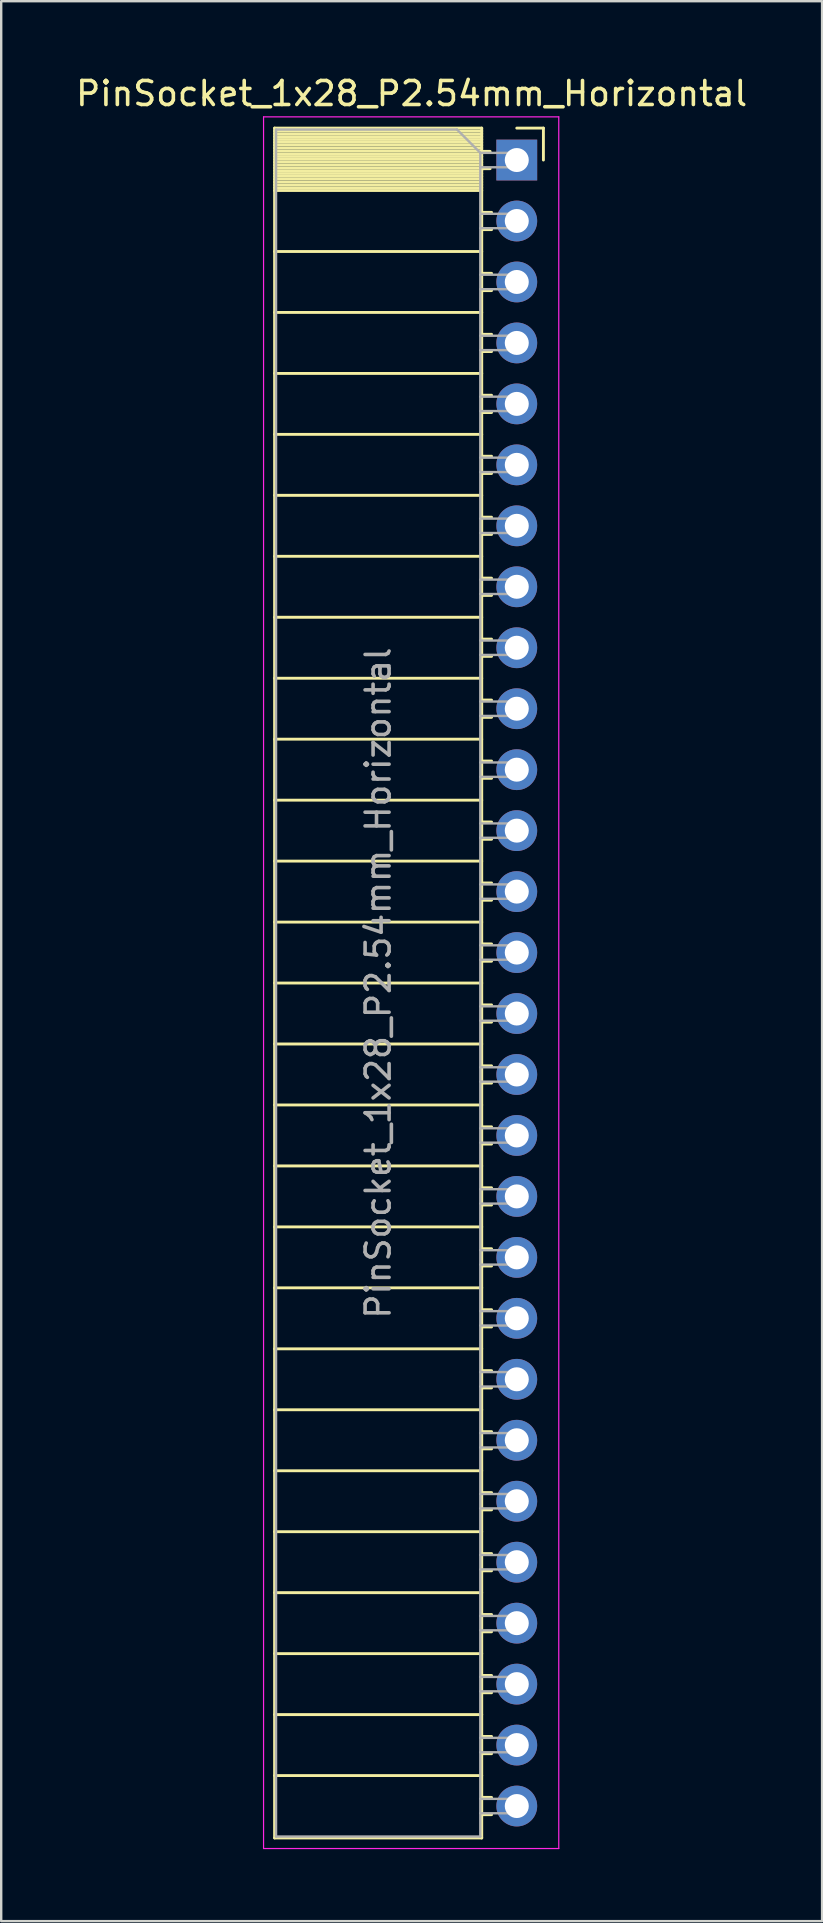
<source format=kicad_pcb>
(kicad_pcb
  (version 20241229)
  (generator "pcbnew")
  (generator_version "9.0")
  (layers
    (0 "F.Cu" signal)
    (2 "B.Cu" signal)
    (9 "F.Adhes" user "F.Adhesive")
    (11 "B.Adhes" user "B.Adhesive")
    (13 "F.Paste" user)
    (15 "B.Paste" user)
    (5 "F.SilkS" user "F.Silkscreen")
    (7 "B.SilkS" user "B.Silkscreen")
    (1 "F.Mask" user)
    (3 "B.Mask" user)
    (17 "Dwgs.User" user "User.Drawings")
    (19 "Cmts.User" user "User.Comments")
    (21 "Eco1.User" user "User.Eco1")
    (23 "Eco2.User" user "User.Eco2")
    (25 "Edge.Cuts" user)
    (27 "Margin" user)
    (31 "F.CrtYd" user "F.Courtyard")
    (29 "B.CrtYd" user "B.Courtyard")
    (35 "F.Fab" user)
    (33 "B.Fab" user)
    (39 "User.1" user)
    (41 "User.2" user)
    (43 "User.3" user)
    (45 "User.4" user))
  (footprint "PinSocket_1x28_P2.54mm_Horizontal"
    (layer "F.Cu")
    (at 18.481 3.618)
    (property "Reference" "PinSocket_1x28_P2.54mm_Horizontal" (at -4.38 -2.77 0) (layer "F.SilkS") (effects (font (size 1 1) (thickness 0.15))))
    (attr through_hole)
    (fp_line (start -10.09 -1.33) (end -10.09 69.91) (stroke (width 0.12) (type solid)) (layer "F.SilkS"))
    (fp_line (start -10.09 -1.33) (end -1.46 -1.33) (stroke (width 0.12) (type solid)) (layer "F.SilkS"))
    (fp_line (start -10.09 -1.21) (end -1.46 -1.21) (stroke (width 0.12) (type solid)) (layer "F.SilkS"))
    (fp_line (start -10.09 -1.092) (end -1.46 -1.092) (stroke (width 0.12) (type solid)) (layer "F.SilkS"))
    (fp_line (start -10.09 -0.974) (end -1.46 -0.974) (stroke (width 0.12) (type solid)) (layer "F.SilkS"))
    (fp_line (start -10.09 -0.856) (end -1.46 -0.856) (stroke (width 0.12) (type solid)) (layer "F.SilkS"))
    (fp_line (start -10.09 -0.738) (end -1.46 -0.738) (stroke (width 0.12) (type solid)) (layer "F.SilkS"))
    (fp_line (start -10.09 -0.62) (end -1.46 -0.62) (stroke (width 0.12) (type solid)) (layer "F.SilkS"))
    (fp_line (start -10.09 -0.501) (end -1.46 -0.501) (stroke (width 0.12) (type solid)) (layer "F.SilkS"))
    (fp_line (start -10.09 -0.383) (end -1.46 -0.383) (stroke (width 0.12) (type solid)) (layer "F.SilkS"))
    (fp_line (start -10.09 -0.265) (end -1.46 -0.265) (stroke (width 0.12) (type solid)) (layer "F.SilkS"))
    (fp_line (start -10.09 -0.147) (end -1.46 -0.147) (stroke (width 0.12) (type solid)) (layer "F.SilkS"))
    (fp_line (start -10.09 -0.029) (end -1.46 -0.029) (stroke (width 0.12) (type solid)) (layer "F.SilkS"))
    (fp_line (start -10.09 0.089) (end -1.46 0.089) (stroke (width 0.12) (type solid)) (layer "F.SilkS"))
    (fp_line (start -10.09 0.207) (end -1.46 0.207) (stroke (width 0.12) (type solid)) (layer "F.SilkS"))
    (fp_line (start -10.09 0.325) (end -1.46 0.325) (stroke (width 0.12) (type solid)) (layer "F.SilkS"))
    (fp_line (start -10.09 0.443) (end -1.46 0.443) (stroke (width 0.12) (type solid)) (layer "F.SilkS"))
    (fp_line (start -10.09 0.561) (end -1.46 0.561) (stroke (width 0.12) (type solid)) (layer "F.SilkS"))
    (fp_line (start -10.09 0.68) (end -1.46 0.68) (stroke (width 0.12) (type solid)) (layer "F.SilkS"))
    (fp_line (start -10.09 0.798) (end -1.46 0.798) (stroke (width 0.12) (type solid)) (layer "F.SilkS"))
    (fp_line (start -10.09 0.916) (end -1.46 0.916) (stroke (width 0.12) (type solid)) (layer "F.SilkS"))
    (fp_line (start -10.09 1.034) (end -1.46 1.034) (stroke (width 0.12) (type solid)) (layer "F.SilkS"))
    (fp_line (start -10.09 1.152) (end -1.46 1.152) (stroke (width 0.12) (type solid)) (layer "F.SilkS"))
    (fp_line (start -10.09 1.27) (end -1.46 1.27) (stroke (width 0.12) (type solid)) (layer "F.SilkS"))
    (fp_line (start -10.09 3.81) (end -1.46 3.81) (stroke (width 0.12) (type solid)) (layer "F.SilkS"))
    (fp_line (start -10.09 6.35) (end -1.46 6.35) (stroke (width 0.12) (type solid)) (layer "F.SilkS"))
    (fp_line (start -10.09 8.89) (end -1.46 8.89) (stroke (width 0.12) (type solid)) (layer "F.SilkS"))
    (fp_line (start -10.09 11.43) (end -1.46 11.43) (stroke (width 0.12) (type solid)) (layer "F.SilkS"))
    (fp_line (start -10.09 13.97) (end -1.46 13.97) (stroke (width 0.12) (type solid)) (layer "F.SilkS"))
    (fp_line (start -10.09 16.51) (end -1.46 16.51) (stroke (width 0.12) (type solid)) (layer "F.SilkS"))
    (fp_line (start -10.09 19.05) (end -1.46 19.05) (stroke (width 0.12) (type solid)) (layer "F.SilkS"))
    (fp_line (start -10.09 21.59) (end -1.46 21.59) (stroke (width 0.12) (type solid)) (layer "F.SilkS"))
    (fp_line (start -10.09 24.13) (end -1.46 24.13) (stroke (width 0.12) (type solid)) (layer "F.SilkS"))
    (fp_line (start -10.09 26.67) (end -1.46 26.67) (stroke (width 0.12) (type solid)) (layer "F.SilkS"))
    (fp_line (start -10.09 29.21) (end -1.46 29.21) (stroke (width 0.12) (type solid)) (layer "F.SilkS"))
    (fp_line (start -10.09 31.75) (end -1.46 31.75) (stroke (width 0.12) (type solid)) (layer "F.SilkS"))
    (fp_line (start -10.09 34.29) (end -1.46 34.29) (stroke (width 0.12) (type solid)) (layer "F.SilkS"))
    (fp_line (start -10.09 36.83) (end -1.46 36.83) (stroke (width 0.12) (type solid)) (layer "F.SilkS"))
    (fp_line (start -10.09 39.37) (end -1.46 39.37) (stroke (width 0.12) (type solid)) (layer "F.SilkS"))
    (fp_line (start -10.09 41.91) (end -1.46 41.91) (stroke (width 0.12) (type solid)) (layer "F.SilkS"))
    (fp_line (start -10.09 44.45) (end -1.46 44.45) (stroke (width 0.12) (type solid)) (layer "F.SilkS"))
    (fp_line (start -10.09 46.99) (end -1.46 46.99) (stroke (width 0.12) (type solid)) (layer "F.SilkS"))
    (fp_line (start -10.09 49.53) (end -1.46 49.53) (stroke (width 0.12) (type solid)) (layer "F.SilkS"))
    (fp_line (start -10.09 52.07) (end -1.46 52.07) (stroke (width 0.12) (type solid)) (layer "F.SilkS"))
    (fp_line (start -10.09 54.61) (end -1.46 54.61) (stroke (width 0.12) (type solid)) (layer "F.SilkS"))
    (fp_line (start -10.09 57.15) (end -1.46 57.15) (stroke (width 0.12) (type solid)) (layer "F.SilkS"))
    (fp_line (start -10.09 59.69) (end -1.46 59.69) (stroke (width 0.12) (type solid)) (layer "F.SilkS"))
    (fp_line (start -10.09 62.23) (end -1.46 62.23) (stroke (width 0.12) (type solid)) (layer "F.SilkS"))
    (fp_line (start -10.09 64.77) (end -1.46 64.77) (stroke (width 0.12) (type solid)) (layer "F.SilkS"))
    (fp_line (start -10.09 67.31) (end -1.46 67.31) (stroke (width 0.12) (type solid)) (layer "F.SilkS"))
    (fp_line (start -10.09 69.91) (end -1.46 69.91) (stroke (width 0.12) (type solid)) (layer "F.SilkS"))
    (fp_line (start -1.46 -1.33) (end -1.46 69.91) (stroke (width 0.12) (type solid)) (layer "F.SilkS"))
    (fp_line (start -1.46 -0.36) (end -1.11 -0.36) (stroke (width 0.12) (type solid)) (layer "F.SilkS"))
    (fp_line (start -1.46 0.36) (end -1.11 0.36) (stroke (width 0.12) (type solid)) (layer "F.SilkS"))
    (fp_line (start -1.46 2.18) (end -1.05 2.18) (stroke (width 0.12) (type solid)) (layer "F.SilkS"))
    (fp_line (start -1.46 2.9) (end -1.05 2.9) (stroke (width 0.12) (type solid)) (layer "F.SilkS"))
    (fp_line (start -1.46 4.72) (end -1.05 4.72) (stroke (width 0.12) (type solid)) (layer "F.SilkS"))
    (fp_line (start -1.46 5.44) (end -1.05 5.44) (stroke (width 0.12) (type solid)) (layer "F.SilkS"))
    (fp_line (start -1.46 7.26) (end -1.05 7.26) (stroke (width 0.12) (type solid)) (layer "F.SilkS"))
    (fp_line (start -1.46 7.98) (end -1.05 7.98) (stroke (width 0.12) (type solid)) (layer "F.SilkS"))
    (fp_line (start -1.46 9.8) (end -1.05 9.8) (stroke (width 0.12) (type solid)) (layer "F.SilkS"))
    (fp_line (start -1.46 10.52) (end -1.05 10.52) (stroke (width 0.12) (type solid)) (layer "F.SilkS"))
    (fp_line (start -1.46 12.34) (end -1.05 12.34) (stroke (width 0.12) (type solid)) (layer "F.SilkS"))
    (fp_line (start -1.46 13.06) (end -1.05 13.06) (stroke (width 0.12) (type solid)) (layer "F.SilkS"))
    (fp_line (start -1.46 14.88) (end -1.05 14.88) (stroke (width 0.12) (type solid)) (layer "F.SilkS"))
    (fp_line (start -1.46 15.6) (end -1.05 15.6) (stroke (width 0.12) (type solid)) (layer "F.SilkS"))
    (fp_line (start -1.46 17.42) (end -1.05 17.42) (stroke (width 0.12) (type solid)) (layer "F.SilkS"))
    (fp_line (start -1.46 18.14) (end -1.05 18.14) (stroke (width 0.12) (type solid)) (layer "F.SilkS"))
    (fp_line (start -1.46 19.96) (end -1.05 19.96) (stroke (width 0.12) (type solid)) (layer "F.SilkS"))
    (fp_line (start -1.46 20.68) (end -1.05 20.68) (stroke (width 0.12) (type solid)) (layer "F.SilkS"))
    (fp_line (start -1.46 22.5) (end -1.05 22.5) (stroke (width 0.12) (type solid)) (layer "F.SilkS"))
    (fp_line (start -1.46 23.22) (end -1.05 23.22) (stroke (width 0.12) (type solid)) (layer "F.SilkS"))
    (fp_line (start -1.46 25.04) (end -1.05 25.04) (stroke (width 0.12) (type solid)) (layer "F.SilkS"))
    (fp_line (start -1.46 25.76) (end -1.05 25.76) (stroke (width 0.12) (type solid)) (layer "F.SilkS"))
    (fp_line (start -1.46 27.58) (end -1.05 27.58) (stroke (width 0.12) (type solid)) (layer "F.SilkS"))
    (fp_line (start -1.46 28.3) (end -1.05 28.3) (stroke (width 0.12) (type solid)) (layer "F.SilkS"))
    (fp_line (start -1.46 30.12) (end -1.05 30.12) (stroke (width 0.12) (type solid)) (layer "F.SilkS"))
    (fp_line (start -1.46 30.84) (end -1.05 30.84) (stroke (width 0.12) (type solid)) (layer "F.SilkS"))
    (fp_line (start -1.46 32.66) (end -1.05 32.66) (stroke (width 0.12) (type solid)) (layer "F.SilkS"))
    (fp_line (start -1.46 33.38) (end -1.05 33.38) (stroke (width 0.12) (type solid)) (layer "F.SilkS"))
    (fp_line (start -1.46 35.2) (end -1.05 35.2) (stroke (width 0.12) (type solid)) (layer "F.SilkS"))
    (fp_line (start -1.46 35.92) (end -1.05 35.92) (stroke (width 0.12) (type solid)) (layer "F.SilkS"))
    (fp_line (start -1.46 37.74) (end -1.05 37.74) (stroke (width 0.12) (type solid)) (layer "F.SilkS"))
    (fp_line (start -1.46 38.46) (end -1.05 38.46) (stroke (width 0.12) (type solid)) (layer "F.SilkS"))
    (fp_line (start -1.46 40.28) (end -1.05 40.28) (stroke (width 0.12) (type solid)) (layer "F.SilkS"))
    (fp_line (start -1.46 41) (end -1.05 41) (stroke (width 0.12) (type solid)) (layer "F.SilkS"))
    (fp_line (start -1.46 42.82) (end -1.05 42.82) (stroke (width 0.12) (type solid)) (layer "F.SilkS"))
    (fp_line (start -1.46 43.54) (end -1.05 43.54) (stroke (width 0.12) (type solid)) (layer "F.SilkS"))
    (fp_line (start -1.46 45.36) (end -1.05 45.36) (stroke (width 0.12) (type solid)) (layer "F.SilkS"))
    (fp_line (start -1.46 46.08) (end -1.05 46.08) (stroke (width 0.12) (type solid)) (layer "F.SilkS"))
    (fp_line (start -1.46 47.9) (end -1.05 47.9) (stroke (width 0.12) (type solid)) (layer "F.SilkS"))
    (fp_line (start -1.46 48.62) (end -1.05 48.62) (stroke (width 0.12) (type solid)) (layer "F.SilkS"))
    (fp_line (start -1.46 50.44) (end -1.05 50.44) (stroke (width 0.12) (type solid)) (layer "F.SilkS"))
    (fp_line (start -1.46 51.16) (end -1.05 51.16) (stroke (width 0.12) (type solid)) (layer "F.SilkS"))
    (fp_line (start -1.46 52.98) (end -1.05 52.98) (stroke (width 0.12) (type solid)) (layer "F.SilkS"))
    (fp_line (start -1.46 53.7) (end -1.05 53.7) (stroke (width 0.12) (type solid)) (layer "F.SilkS"))
    (fp_line (start -1.46 55.52) (end -1.05 55.52) (stroke (width 0.12) (type solid)) (layer "F.SilkS"))
    (fp_line (start -1.46 56.24) (end -1.05 56.24) (stroke (width 0.12) (type solid)) (layer "F.SilkS"))
    (fp_line (start -1.46 58.06) (end -1.05 58.06) (stroke (width 0.12) (type solid)) (layer "F.SilkS"))
    (fp_line (start -1.46 58.78) (end -1.05 58.78) (stroke (width 0.12) (type solid)) (layer "F.SilkS"))
    (fp_line (start -1.46 60.6) (end -1.05 60.6) (stroke (width 0.12) (type solid)) (layer "F.SilkS"))
    (fp_line (start -1.46 61.32) (end -1.05 61.32) (stroke (width 0.12) (type solid)) (layer "F.SilkS"))
    (fp_line (start -1.46 63.14) (end -1.05 63.14) (stroke (width 0.12) (type solid)) (layer "F.SilkS"))
    (fp_line (start -1.46 63.86) (end -1.05 63.86) (stroke (width 0.12) (type solid)) (layer "F.SilkS"))
    (fp_line (start -1.46 65.68) (end -1.05 65.68) (stroke (width 0.12) (type solid)) (layer "F.SilkS"))
    (fp_line (start -1.46 66.4) (end -1.05 66.4) (stroke (width 0.12) (type solid)) (layer "F.SilkS"))
    (fp_line (start -1.46 68.22) (end -1.05 68.22) (stroke (width 0.12) (type solid)) (layer "F.SilkS"))
    (fp_line (start -1.46 68.94) (end -1.05 68.94) (stroke (width 0.12) (type solid)) (layer "F.SilkS"))
    (fp_line (start 0 -1.33) (end 1.11 -1.33) (stroke (width 0.12) (type solid)) (layer "F.SilkS"))
    (fp_line (start 1.11 -1.33) (end 1.11 0) (stroke (width 0.12) (type solid)) (layer "F.SilkS"))
    (fp_line (start -10.55 -1.8) (end -10.55 70.35) (stroke (width 0.05) (type solid)) (layer "F.CrtYd"))
    (fp_line (start -10.55 70.35) (end 1.75 70.35) (stroke (width 0.05) (type solid)) (layer "F.CrtYd"))
    (fp_line (start 1.75 -1.8) (end -10.55 -1.8) (stroke (width 0.05) (type solid)) (layer "F.CrtYd"))
    (fp_line (start 1.75 70.35) (end 1.75 -1.8) (stroke (width 0.05) (type solid)) (layer "F.CrtYd"))
    (fp_line (start -10.03 -1.27) (end -2.49 -1.27) (stroke (width 0.1) (type solid)) (layer "F.Fab"))
    (fp_line (start -10.03 69.85) (end -10.03 -1.27) (stroke (width 0.1) (type solid)) (layer "F.Fab"))
    (fp_line (start -2.49 -1.27) (end -1.52 -0.3) (stroke (width 0.1) (type solid)) (layer "F.Fab"))
    (fp_line (start -1.52 -0.3) (end -1.52 69.85) (stroke (width 0.1) (type solid)) (layer "F.Fab"))
    (fp_line (start -1.52 0.3) (end 0 0.3) (stroke (width 0.1) (type solid)) (layer "F.Fab"))
    (fp_line (start -1.52 2.84) (end 0 2.84) (stroke (width 0.1) (type solid)) (layer "F.Fab"))
    (fp_line (start -1.52 5.38) (end 0 5.38) (stroke (width 0.1) (type solid)) (layer "F.Fab"))
    (fp_line (start -1.52 7.92) (end 0 7.92) (stroke (width 0.1) (type solid)) (layer "F.Fab"))
    (fp_line (start -1.52 10.46) (end 0 10.46) (stroke (width 0.1) (type solid)) (layer "F.Fab"))
    (fp_line (start -1.52 13) (end 0 13) (stroke (width 0.1) (type solid)) (layer "F.Fab"))
    (fp_line (start -1.52 15.54) (end 0 15.54) (stroke (width 0.1) (type solid)) (layer "F.Fab"))
    (fp_line (start -1.52 18.08) (end 0 18.08) (stroke (width 0.1) (type solid)) (layer "F.Fab"))
    (fp_line (start -1.52 20.62) (end 0 20.62) (stroke (width 0.1) (type solid)) (layer "F.Fab"))
    (fp_line (start -1.52 23.16) (end 0 23.16) (stroke (width 0.1) (type solid)) (layer "F.Fab"))
    (fp_line (start -1.52 25.7) (end 0 25.7) (stroke (width 0.1) (type solid)) (layer "F.Fab"))
    (fp_line (start -1.52 28.24) (end 0 28.24) (stroke (width 0.1) (type solid)) (layer "F.Fab"))
    (fp_line (start -1.52 30.78) (end 0 30.78) (stroke (width 0.1) (type solid)) (layer "F.Fab"))
    (fp_line (start -1.52 33.32) (end 0 33.32) (stroke (width 0.1) (type solid)) (layer "F.Fab"))
    (fp_line (start -1.52 35.86) (end 0 35.86) (stroke (width 0.1) (type solid)) (layer "F.Fab"))
    (fp_line (start -1.52 38.4) (end 0 38.4) (stroke (width 0.1) (type solid)) (layer "F.Fab"))
    (fp_line (start -1.52 40.94) (end 0 40.94) (stroke (width 0.1) (type solid)) (layer "F.Fab"))
    (fp_line (start -1.52 43.48) (end 0 43.48) (stroke (width 0.1) (type solid)) (layer "F.Fab"))
    (fp_line (start -1.52 46.02) (end 0 46.02) (stroke (width 0.1) (type solid)) (layer "F.Fab"))
    (fp_line (start -1.52 48.56) (end 0 48.56) (stroke (width 0.1) (type solid)) (layer "F.Fab"))
    (fp_line (start -1.52 51.1) (end 0 51.1) (stroke (width 0.1) (type solid)) (layer "F.Fab"))
    (fp_line (start -1.52 53.64) (end 0 53.64) (stroke (width 0.1) (type solid)) (layer "F.Fab"))
    (fp_line (start -1.52 56.18) (end 0 56.18) (stroke (width 0.1) (type solid)) (layer "F.Fab"))
    (fp_line (start -1.52 58.72) (end 0 58.72) (stroke (width 0.1) (type solid)) (layer "F.Fab"))
    (fp_line (start -1.52 61.26) (end 0 61.26) (stroke (width 0.1) (type solid)) (layer "F.Fab"))
    (fp_line (start -1.52 63.8) (end 0 63.8) (stroke (width 0.1) (type solid)) (layer "F.Fab"))
    (fp_line (start -1.52 66.34) (end 0 66.34) (stroke (width 0.1) (type solid)) (layer "F.Fab"))
    (fp_line (start -1.52 68.88) (end 0 68.88) (stroke (width 0.1) (type solid)) (layer "F.Fab"))
    (fp_line (start -1.52 69.85) (end -10.03 69.85) (stroke (width 0.1) (type solid)) (layer "F.Fab"))
    (fp_line (start 0 -0.3) (end -1.52 -0.3) (stroke (width 0.1) (type solid)) (layer "F.Fab"))
    (fp_line (start 0 0.3) (end 0 -0.3) (stroke (width 0.1) (type solid)) (layer "F.Fab"))
    (fp_line (start 0 2.24) (end -1.52 2.24) (stroke (width 0.1) (type solid)) (layer "F.Fab"))
    (fp_line (start 0 2.84) (end 0 2.24) (stroke (width 0.1) (type solid)) (layer "F.Fab"))
    (fp_line (start 0 4.78) (end -1.52 4.78) (stroke (width 0.1) (type solid)) (layer "F.Fab"))
    (fp_line (start 0 5.38) (end 0 4.78) (stroke (width 0.1) (type solid)) (layer "F.Fab"))
    (fp_line (start 0 7.32) (end -1.52 7.32) (stroke (width 0.1) (type solid)) (layer "F.Fab"))
    (fp_line (start 0 7.92) (end 0 7.32) (stroke (width 0.1) (type solid)) (layer "F.Fab"))
    (fp_line (start 0 9.86) (end -1.52 9.86) (stroke (width 0.1) (type solid)) (layer "F.Fab"))
    (fp_line (start 0 10.46) (end 0 9.86) (stroke (width 0.1) (type solid)) (layer "F.Fab"))
    (fp_line (start 0 12.4) (end -1.52 12.4) (stroke (width 0.1) (type solid)) (layer "F.Fab"))
    (fp_line (start 0 13) (end 0 12.4) (stroke (width 0.1) (type solid)) (layer "F.Fab"))
    (fp_line (start 0 14.94) (end -1.52 14.94) (stroke (width 0.1) (type solid)) (layer "F.Fab"))
    (fp_line (start 0 15.54) (end 0 14.94) (stroke (width 0.1) (type solid)) (layer "F.Fab"))
    (fp_line (start 0 17.48) (end -1.52 17.48) (stroke (width 0.1) (type solid)) (layer "F.Fab"))
    (fp_line (start 0 18.08) (end 0 17.48) (stroke (width 0.1) (type solid)) (layer "F.Fab"))
    (fp_line (start 0 20.02) (end -1.52 20.02) (stroke (width 0.1) (type solid)) (layer "F.Fab"))
    (fp_line (start 0 20.62) (end 0 20.02) (stroke (width 0.1) (type solid)) (layer "F.Fab"))
    (fp_line (start 0 22.56) (end -1.52 22.56) (stroke (width 0.1) (type solid)) (layer "F.Fab"))
    (fp_line (start 0 23.16) (end 0 22.56) (stroke (width 0.1) (type solid)) (layer "F.Fab"))
    (fp_line (start 0 25.1) (end -1.52 25.1) (stroke (width 0.1) (type solid)) (layer "F.Fab"))
    (fp_line (start 0 25.7) (end 0 25.1) (stroke (width 0.1) (type solid)) (layer "F.Fab"))
    (fp_line (start 0 27.64) (end -1.52 27.64) (stroke (width 0.1) (type solid)) (layer "F.Fab"))
    (fp_line (start 0 28.24) (end 0 27.64) (stroke (width 0.1) (type solid)) (layer "F.Fab"))
    (fp_line (start 0 30.18) (end -1.52 30.18) (stroke (width 0.1) (type solid)) (layer "F.Fab"))
    (fp_line (start 0 30.78) (end 0 30.18) (stroke (width 0.1) (type solid)) (layer "F.Fab"))
    (fp_line (start 0 32.72) (end -1.52 32.72) (stroke (width 0.1) (type solid)) (layer "F.Fab"))
    (fp_line (start 0 33.32) (end 0 32.72) (stroke (width 0.1) (type solid)) (layer "F.Fab"))
    (fp_line (start 0 35.26) (end -1.52 35.26) (stroke (width 0.1) (type solid)) (layer "F.Fab"))
    (fp_line (start 0 35.86) (end 0 35.26) (stroke (width 0.1) (type solid)) (layer "F.Fab"))
    (fp_line (start 0 37.8) (end -1.52 37.8) (stroke (width 0.1) (type solid)) (layer "F.Fab"))
    (fp_line (start 0 38.4) (end 0 37.8) (stroke (width 0.1) (type solid)) (layer "F.Fab"))
    (fp_line (start 0 40.34) (end -1.52 40.34) (stroke (width 0.1) (type solid)) (layer "F.Fab"))
    (fp_line (start 0 40.94) (end 0 40.34) (stroke (width 0.1) (type solid)) (layer "F.Fab"))
    (fp_line (start 0 42.88) (end -1.52 42.88) (stroke (width 0.1) (type solid)) (layer "F.Fab"))
    (fp_line (start 0 43.48) (end 0 42.88) (stroke (width 0.1) (type solid)) (layer "F.Fab"))
    (fp_line (start 0 45.42) (end -1.52 45.42) (stroke (width 0.1) (type solid)) (layer "F.Fab"))
    (fp_line (start 0 46.02) (end 0 45.42) (stroke (width 0.1) (type solid)) (layer "F.Fab"))
    (fp_line (start 0 47.96) (end -1.52 47.96) (stroke (width 0.1) (type solid)) (layer "F.Fab"))
    (fp_line (start 0 48.56) (end 0 47.96) (stroke (width 0.1) (type solid)) (layer "F.Fab"))
    (fp_line (start 0 50.5) (end -1.52 50.5) (stroke (width 0.1) (type solid)) (layer "F.Fab"))
    (fp_line (start 0 51.1) (end 0 50.5) (stroke (width 0.1) (type solid)) (layer "F.Fab"))
    (fp_line (start 0 53.04) (end -1.52 53.04) (stroke (width 0.1) (type solid)) (layer "F.Fab"))
    (fp_line (start 0 53.64) (end 0 53.04) (stroke (width 0.1) (type solid)) (layer "F.Fab"))
    (fp_line (start 0 55.58) (end -1.52 55.58) (stroke (width 0.1) (type solid)) (layer "F.Fab"))
    (fp_line (start 0 56.18) (end 0 55.58) (stroke (width 0.1) (type solid)) (layer "F.Fab"))
    (fp_line (start 0 58.12) (end -1.52 58.12) (stroke (width 0.1) (type solid)) (layer "F.Fab"))
    (fp_line (start 0 58.72) (end 0 58.12) (stroke (width 0.1) (type solid)) (layer "F.Fab"))
    (fp_line (start 0 60.66) (end -1.52 60.66) (stroke (width 0.1) (type solid)) (layer "F.Fab"))
    (fp_line (start 0 61.26) (end 0 60.66) (stroke (width 0.1) (type solid)) (layer "F.Fab"))
    (fp_line (start 0 63.2) (end -1.52 63.2) (stroke (width 0.1) (type solid)) (layer "F.Fab"))
    (fp_line (start 0 63.8) (end 0 63.2) (stroke (width 0.1) (type solid)) (layer "F.Fab"))
    (fp_line (start 0 65.74) (end -1.52 65.74) (stroke (width 0.1) (type solid)) (layer "F.Fab"))
    (fp_line (start 0 66.34) (end 0 65.74) (stroke (width 0.1) (type solid)) (layer "F.Fab"))
    (fp_line (start 0 68.28) (end -1.52 68.28) (stroke (width 0.1) (type solid)) (layer "F.Fab"))
    (fp_line (start 0 68.88) (end 0 68.28) (stroke (width 0.1) (type solid)) (layer "F.Fab"))
    (fp_text user "${REFERENCE}" (at -5.775 34.29 90) (layer "F.Fab") (effects (font (size 1 1) (thickness 0.15))))
    (pad "1" thru_hole rect (at 0 0) (size 1.7 1.7) (drill 1) (layers "*.Cu" "*.Mask"))
    (pad "2" thru_hole circle (at 0 2.54) (size 1.7 1.7) (drill 1) (layers "*.Cu" "*.Mask"))
    (pad "3" thru_hole circle (at 0 5.08) (size 1.7 1.7) (drill 1) (layers "*.Cu" "*.Mask"))
    (pad "4" thru_hole circle (at 0 7.62) (size 1.7 1.7) (drill 1) (layers "*.Cu" "*.Mask"))
    (pad "5" thru_hole circle (at 0 10.16) (size 1.7 1.7) (drill 1) (layers "*.Cu" "*.Mask"))
    (pad "6" thru_hole circle (at 0 12.7) (size 1.7 1.7) (drill 1) (layers "*.Cu" "*.Mask"))
    (pad "7" thru_hole circle (at 0 15.24) (size 1.7 1.7) (drill 1) (layers "*.Cu" "*.Mask"))
    (pad "8" thru_hole circle (at 0 17.78) (size 1.7 1.7) (drill 1) (layers "*.Cu" "*.Mask"))
    (pad "9" thru_hole circle (at 0 20.32) (size 1.7 1.7) (drill 1) (layers "*.Cu" "*.Mask"))
    (pad "10" thru_hole circle (at 0 22.86) (size 1.7 1.7) (drill 1) (layers "*.Cu" "*.Mask"))
    (pad "11" thru_hole circle (at 0 25.4) (size 1.7 1.7) (drill 1) (layers "*.Cu" "*.Mask"))
    (pad "12" thru_hole circle (at 0 27.94) (size 1.7 1.7) (drill 1) (layers "*.Cu" "*.Mask"))
    (pad "13" thru_hole circle (at 0 30.48) (size 1.7 1.7) (drill 1) (layers "*.Cu" "*.Mask"))
    (pad "14" thru_hole circle (at 0 33.02) (size 1.7 1.7) (drill 1) (layers "*.Cu" "*.Mask"))
    (pad "15" thru_hole circle (at 0 35.56) (size 1.7 1.7) (drill 1) (layers "*.Cu" "*.Mask"))
    (pad "16" thru_hole circle (at 0 38.1) (size 1.7 1.7) (drill 1) (layers "*.Cu" "*.Mask"))
    (pad "17" thru_hole circle (at 0 40.64) (size 1.7 1.7) (drill 1) (layers "*.Cu" "*.Mask"))
    (pad "18" thru_hole circle (at 0 43.18) (size 1.7 1.7) (drill 1) (layers "*.Cu" "*.Mask"))
    (pad "19" thru_hole circle (at 0 45.72) (size 1.7 1.7) (drill 1) (layers "*.Cu" "*.Mask"))
    (pad "20" thru_hole circle (at 0 48.26) (size 1.7 1.7) (drill 1) (layers "*.Cu" "*.Mask"))
    (pad "21" thru_hole circle (at 0 50.8) (size 1.7 1.7) (drill 1) (layers "*.Cu" "*.Mask"))
    (pad "22" thru_hole circle (at 0 53.34) (size 1.7 1.7) (drill 1) (layers "*.Cu" "*.Mask"))
    (pad "23" thru_hole circle (at 0 55.88) (size 1.7 1.7) (drill 1) (layers "*.Cu" "*.Mask"))
    (pad "24" thru_hole circle (at 0 58.42) (size 1.7 1.7) (drill 1) (layers "*.Cu" "*.Mask"))
    (pad "25" thru_hole circle (at 0 60.96) (size 1.7 1.7) (drill 1) (layers "*.Cu" "*.Mask"))
    (pad "26" thru_hole circle (at 0 63.5) (size 1.7 1.7) (drill 1) (layers "*.Cu" "*.Mask"))
    (pad "27" thru_hole circle (at 0 66.04) (size 1.7 1.7) (drill 1) (layers "*.Cu" "*.Mask"))
    (pad "28" thru_hole circle (at 0 68.58) (size 1.7 1.7) (drill 1) (layers "*.Cu" "*.Mask")))
  (gr_rect
    (start -3 -3)
    (end 31.202 76.993)
    (stroke (width 0.1) (type default))
    (fill no)
    (layer "Edge.Cuts")))
</source>
